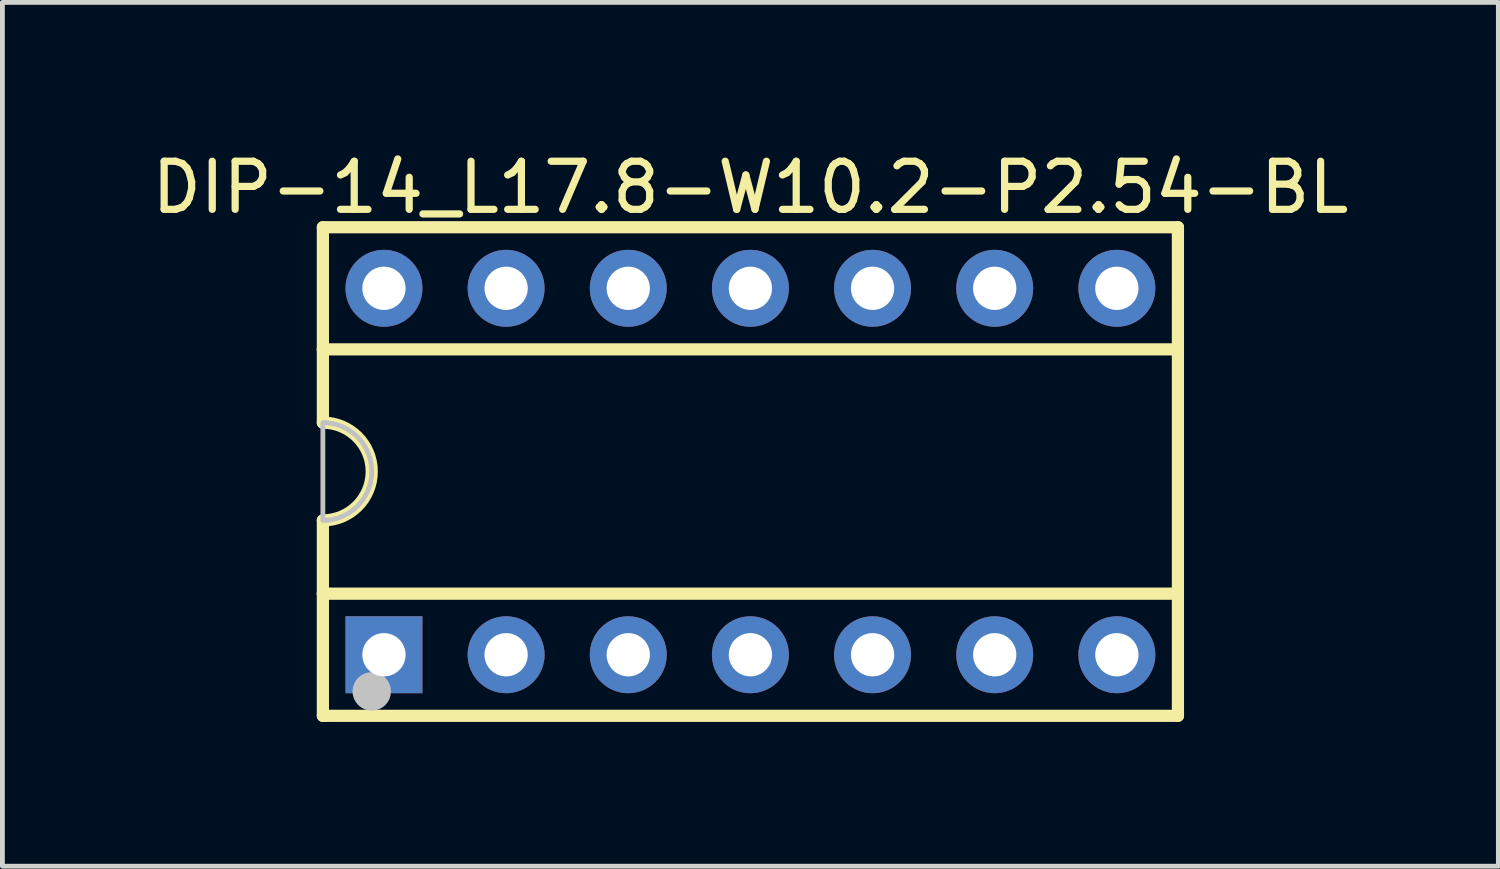
<source format=kicad_pcb>
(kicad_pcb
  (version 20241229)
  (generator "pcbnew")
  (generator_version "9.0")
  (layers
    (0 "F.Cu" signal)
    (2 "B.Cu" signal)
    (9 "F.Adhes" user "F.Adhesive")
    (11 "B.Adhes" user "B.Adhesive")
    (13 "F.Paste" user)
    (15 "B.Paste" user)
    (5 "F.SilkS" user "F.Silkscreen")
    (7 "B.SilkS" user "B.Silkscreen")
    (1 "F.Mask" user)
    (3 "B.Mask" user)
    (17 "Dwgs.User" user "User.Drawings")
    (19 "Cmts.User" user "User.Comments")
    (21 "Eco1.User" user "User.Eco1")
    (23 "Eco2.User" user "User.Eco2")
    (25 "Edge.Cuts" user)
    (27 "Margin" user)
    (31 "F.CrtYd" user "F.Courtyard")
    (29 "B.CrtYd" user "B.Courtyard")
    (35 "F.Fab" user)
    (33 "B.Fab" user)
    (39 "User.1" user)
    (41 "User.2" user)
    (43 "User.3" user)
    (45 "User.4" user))
  (footprint "DIP-14_L17.8-W10.2-P2.54-BL"
    (layer "F.Cu")
    (at 12.554 6.755)
    (property "Reference" "DIP-14_L17.8-W10.2-P2.54-BL" (at 0 -5.907 0) (layer "F.SilkS") (effects (font (size 1 1) (thickness 0.15))))
    (fp_line (start -8.89 -5.08) (end -8.89 -2.54) (stroke (width 0.254) (type default)) (layer "F.SilkS"))
    (fp_line (start -8.89 -2.54) (end -8.89 -1.016) (stroke (width 0.254) (type default)) (layer "F.SilkS"))
    (fp_line (start -8.89 -2.54) (end 8.89 -2.54) (stroke (width 0.254) (type default)) (layer "F.SilkS"))
    (fp_line (start -8.89 2.54) (end -8.89 1.016) (stroke (width 0.254) (type default)) (layer "F.SilkS"))
    (fp_line (start -8.89 2.54) (end 8.89 2.54) (stroke (width 0.254) (type default)) (layer "F.SilkS"))
    (fp_line (start -8.89 5.08) (end -8.89 2.54) (stroke (width 0.254) (type default)) (layer "F.SilkS"))
    (fp_line (start -8.89 5.08) (end 8.89 5.08) (stroke (width 0.254) (type default)) (layer "F.SilkS"))
    (fp_line (start 8.89 -5.08) (end -8.89 -5.08) (stroke (width 0.254) (type default)) (layer "F.SilkS"))
    (fp_line (start 8.89 -5.08) (end 8.89 -2.54) (stroke (width 0.254) (type default)) (layer "F.SilkS"))
    (fp_line (start 8.89 -2.54) (end 8.89 2.54) (stroke (width 0.254) (type default)) (layer "F.SilkS"))
    (fp_line (start 8.89 2.54) (end 8.89 5.08) (stroke (width 0.254) (type default)) (layer "F.SilkS"))
    (fp_arc (start -8.89 -1.016) (mid -7.874 0) (end -8.89 1.016) (stroke (width 0.254) (type default)) (layer "F.SilkS"))
    (fp_circle (center -7.874 4.572) (end -7.674 4.572) (stroke (width 0.4) (type default)) (fill no) (layer "Dwgs.User"))
    (fp_poly (pts (arc (start -8.89 -1.016) (mid -7.874 0) (end -8.89 1.016))) (stroke (width 0.1) (type default)) (fill no) (layer "Dwgs.User"))
    (fp_poly (pts (xy -7.92 -3.885) (xy -7.32 -3.885) (xy -7.32 -3.735) (xy -7.92 -3.735)) (stroke (width 0.1) (type default)) (fill no) (layer "User.1"))
    (fp_poly (pts (xy -7.92 3.735) (xy -7.32 3.735) (xy -7.32 3.885) (xy -7.92 3.885)) (stroke (width 0.1) (type default)) (fill no) (layer "User.1"))
    (fp_poly (pts (xy -5.38 -3.885) (xy -4.78 -3.885) (xy -4.78 -3.735) (xy -5.38 -3.735)) (stroke (width 0.1) (type default)) (fill no) (layer "User.1"))
    (fp_poly (pts (xy -5.38 3.735) (xy -4.78 3.735) (xy -4.78 3.885) (xy -5.38 3.885)) (stroke (width 0.1) (type default)) (fill no) (layer "User.1"))
    (fp_poly (pts (xy -2.84 -3.885) (xy -2.24 -3.885) (xy -2.24 -3.735) (xy -2.84 -3.735)) (stroke (width 0.1) (type default)) (fill no) (layer "User.1"))
    (fp_poly (pts (xy -2.84 3.735) (xy -2.24 3.735) (xy -2.24 3.885) (xy -2.84 3.885)) (stroke (width 0.1) (type default)) (fill no) (layer "User.1"))
    (fp_poly (pts (xy -0.3 -3.885) (xy 0.3 -3.885) (xy 0.3 -3.735) (xy -0.3 -3.735)) (stroke (width 0.1) (type default)) (fill no) (layer "User.1"))
    (fp_poly (pts (xy -0.3 3.735) (xy 0.3 3.735) (xy 0.3 3.885) (xy -0.3 3.885)) (stroke (width 0.1) (type default)) (fill no) (layer "User.1"))
    (fp_poly (pts (xy 2.24 -3.885) (xy 2.84 -3.885) (xy 2.84 -3.735) (xy 2.24 -3.735)) (stroke (width 0.1) (type default)) (fill no) (layer "User.1"))
    (fp_poly (pts (xy 2.24 3.735) (xy 2.84 3.735) (xy 2.84 3.885) (xy 2.24 3.885)) (stroke (width 0.1) (type default)) (fill no) (layer "User.1"))
    (fp_poly (pts (xy 4.78 -3.885) (xy 5.38 -3.885) (xy 5.38 -3.735) (xy 4.78 -3.735)) (stroke (width 0.1) (type default)) (fill no) (layer "User.1"))
    (fp_poly (pts (xy 4.78 3.735) (xy 5.38 3.735) (xy 5.38 3.885) (xy 4.78 3.885)) (stroke (width 0.1) (type default)) (fill no) (layer "User.1"))
    (fp_poly (pts (xy 7.32 -3.885) (xy 7.92 -3.885) (xy 7.92 -3.735) (xy 7.32 -3.735)) (stroke (width 0.1) (type default)) (fill no) (layer "User.1"))
    (fp_poly (pts (xy 7.32 3.735) (xy 7.92 3.735) (xy 7.92 3.885) (xy 7.32 3.885)) (stroke (width 0.1) (type default)) (fill no) (layer "User.1"))
    (fp_line (start -8.89 -5.05) (end 8.89 -5.05) (stroke (width 0.051) (type default)) (layer "User.2"))
    (fp_line (start -8.89 5.05) (end -8.89 -5.05) (stroke (width 0.051) (type default)) (layer "User.2"))
    (fp_line (start 8.89 -5.05) (end 8.89 5.05) (stroke (width 0.051) (type default)) (layer "User.2"))
    (fp_line (start 8.89 5.05) (end -8.89 5.05) (stroke (width 0.051) (type default)) (layer "User.2"))
    (fp_poly (pts (xy -8.835 5.027) (xy -8.867 4.995) (xy -8.913 4.995) (xy -8.945 5.027) (xy -8.945 5.073) (xy -8.913 5.105) (xy -8.867 5.105) (xy -8.835 5.073)) (stroke (width 0.1) (type default)) (fill no) (layer "User.3"))
    (pad "1" thru_hole rect (at -7.62 3.81) (size 1.6 1.6) (drill 0.9) (layers "*.Cu" "*.Mask"))
    (pad "2" thru_hole circle (at -5.08 3.81) (size 1.6 1.6) (drill 0.9) (layers "*.Cu" "*.Mask"))
    (pad "3" thru_hole circle (at -2.54 3.81) (size 1.6 1.6) (drill 0.9) (layers "*.Cu" "*.Mask"))
    (pad "4" thru_hole circle (at 0 3.81) (size 1.6 1.6) (drill 0.9) (layers "*.Cu" "*.Mask"))
    (pad "5" thru_hole circle (at 2.54 3.81) (size 1.6 1.6) (drill 0.9) (layers "*.Cu" "*.Mask"))
    (pad "6" thru_hole circle (at 5.08 3.81) (size 1.6 1.6) (drill 0.9) (layers "*.Cu" "*.Mask"))
    (pad "7" thru_hole circle (at 7.62 3.81) (size 1.6 1.6) (drill 0.9) (layers "*.Cu" "*.Mask"))
    (pad "8" thru_hole circle (at 7.62 -3.81) (size 1.6 1.6) (drill 0.9) (layers "*.Cu" "*.Mask"))
    (pad "9" thru_hole circle (at 5.08 -3.81) (size 1.6 1.6) (drill 0.9) (layers "*.Cu" "*.Mask"))
    (pad "10" thru_hole circle (at 2.54 -3.81) (size 1.6 1.6) (drill 0.9) (layers "*.Cu" "*.Mask"))
    (pad "11" thru_hole circle (at 0 -3.81) (size 1.6 1.6) (drill 0.9) (layers "*.Cu" "*.Mask"))
    (pad "12" thru_hole circle (at -2.54 -3.81) (size 1.6 1.6) (drill 0.9) (layers "*.Cu" "*.Mask"))
    (pad "13" thru_hole circle (at -5.08 -3.81) (size 1.6 1.6) (drill 0.9) (layers "*.Cu" "*.Mask"))
    (pad "14" thru_hole circle (at -7.62 -3.81) (size 1.6 1.6) (drill 0.9) (layers "*.Cu" "*.Mask")))
  (gr_rect
    (start -3 -3)
    (end 28.107 14.962)
    (stroke (width 0.1) (type default))
    (fill no)
    (layer "Edge.Cuts")))
</source>
